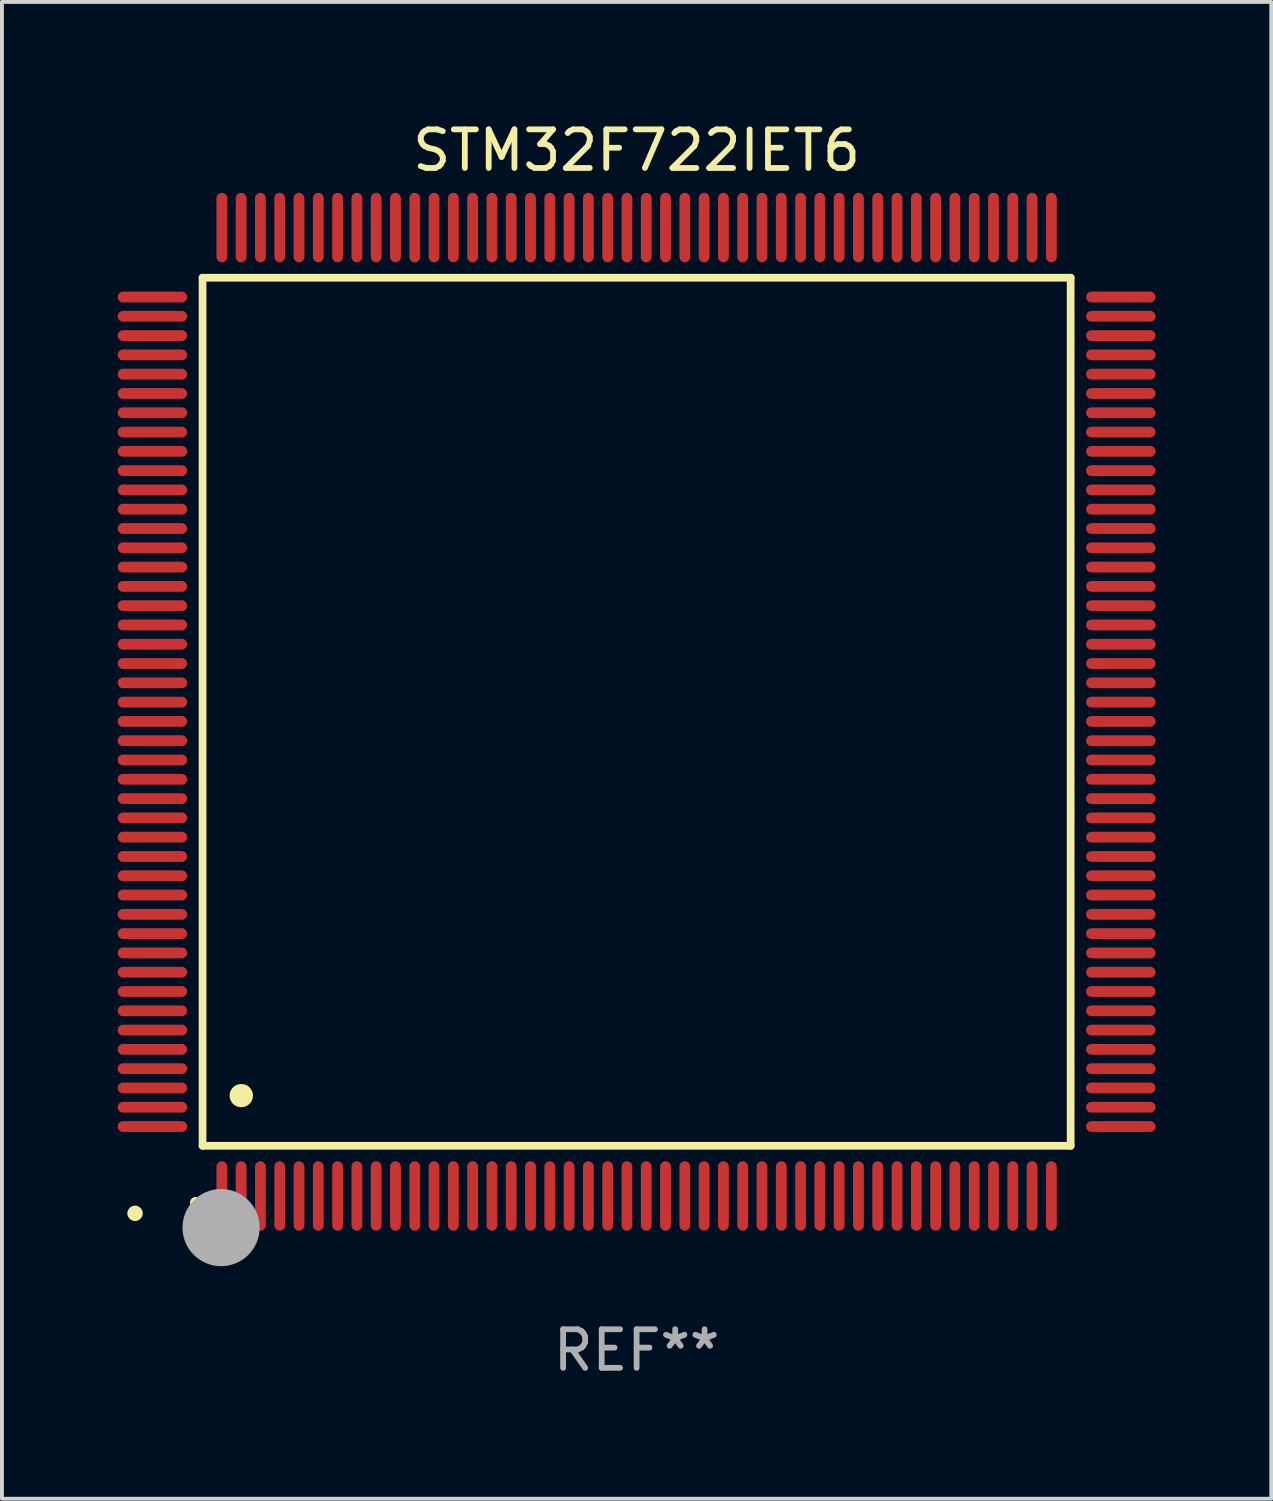
<source format=kicad_pcb>
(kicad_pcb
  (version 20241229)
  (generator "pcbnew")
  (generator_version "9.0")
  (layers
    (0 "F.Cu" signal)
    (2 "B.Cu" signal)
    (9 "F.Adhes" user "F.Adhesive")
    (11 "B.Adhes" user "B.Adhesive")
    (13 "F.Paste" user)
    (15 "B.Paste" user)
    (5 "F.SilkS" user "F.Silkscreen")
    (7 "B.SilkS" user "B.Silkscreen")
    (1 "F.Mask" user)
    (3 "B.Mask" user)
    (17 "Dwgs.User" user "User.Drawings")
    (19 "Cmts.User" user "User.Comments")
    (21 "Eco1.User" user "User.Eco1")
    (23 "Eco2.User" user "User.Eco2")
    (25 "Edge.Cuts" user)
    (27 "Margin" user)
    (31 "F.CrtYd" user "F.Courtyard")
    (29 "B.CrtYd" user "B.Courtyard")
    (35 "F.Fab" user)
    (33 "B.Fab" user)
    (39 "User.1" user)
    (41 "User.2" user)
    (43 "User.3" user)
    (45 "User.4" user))
  (footprint "STM32F722IET6"
    (layer "F.Cu")
    (at 13.45 15.398)
    (property "Reference" "STM32F722IET6" (at 0 -14.55 0) (layer "F.SilkS") (effects (font (size 1 1) (thickness 0.15))))
    (attr through_hole)
    (fp_line (start -11.25 -11.25) (end 11.25 -11.25) (stroke (width 0.2) (type solid)) (layer "F.SilkS"))
    (fp_line (start -11.25 11.25) (end -11.25 -11.25) (stroke (width 0.2) (type solid)) (layer "F.SilkS"))
    (fp_line (start 11.25 -11.25) (end 11.25 11.25) (stroke (width 0.2) (type solid)) (layer "F.SilkS"))
    (fp_line (start 11.25 11.25) (end -11.25 11.25) (stroke (width 0.2) (type solid)) (layer "F.SilkS"))
    (fp_arc (start -11.424943 12.725425) (mid -11.423673 12.72542) (end -11.422403 12.725425) (stroke (width 0.3) (type solid)) (layer "F.SilkS"))
    (fp_arc (start -10.24892 9.9492) (mid -10.24638 9.949189) (end -10.24384 9.9492) (stroke (width 0.6) (type solid)) (layer "F.SilkS"))
    (fp_circle (center -13 13) (end -12.9 13) (stroke (width 0.2) (type solid)) (fill no) (layer "F.SilkS"))
    (fp_circle (center -10.77 13.37) (end -10.27 13.37) (stroke (width 1) (type solid)) (fill no) (layer "F.Fab"))
    (fp_text user "REF**" (at 0 16.55 0) (layer "F.Fab") (effects (font (size 1 1) (thickness 0.15))))
    (pad "1" smd oval (at -10.75 12.55) (size 0.28 1.8) (layers "F.Cu" "F.Mask" "F.Paste"))
    (pad "2" smd oval (at -10.25 12.55) (size 0.28 1.8) (layers "F.Cu" "F.Mask" "F.Paste"))
    (pad "3" smd oval (at -9.75 12.55) (size 0.28 1.8) (layers "F.Cu" "F.Mask" "F.Paste"))
    (pad "4" smd oval (at -9.25 12.55) (size 0.28 1.8) (layers "F.Cu" "F.Mask" "F.Paste"))
    (pad "5" smd oval (at -8.75 12.55) (size 0.28 1.8) (layers "F.Cu" "F.Mask" "F.Paste"))
    (pad "6" smd oval (at -8.25 12.55) (size 0.28 1.8) (layers "F.Cu" "F.Mask" "F.Paste"))
    (pad "7" smd oval (at -7.75 12.55) (size 0.28 1.8) (layers "F.Cu" "F.Mask" "F.Paste"))
    (pad "8" smd oval (at -7.25 12.55) (size 0.28 1.8) (layers "F.Cu" "F.Mask" "F.Paste"))
    (pad "9" smd oval (at -6.75 12.55) (size 0.28 1.8) (layers "F.Cu" "F.Mask" "F.Paste"))
    (pad "10" smd oval (at -6.25 12.55) (size 0.28 1.8) (layers "F.Cu" "F.Mask" "F.Paste"))
    (pad "11" smd oval (at -5.75 12.55) (size 0.28 1.8) (layers "F.Cu" "F.Mask" "F.Paste"))
    (pad "12" smd oval (at -5.25 12.55) (size 0.28 1.8) (layers "F.Cu" "F.Mask" "F.Paste"))
    (pad "13" smd oval (at -4.75 12.55) (size 0.28 1.8) (layers "F.Cu" "F.Mask" "F.Paste"))
    (pad "14" smd oval (at -4.25 12.55) (size 0.28 1.8) (layers "F.Cu" "F.Mask" "F.Paste"))
    (pad "15" smd oval (at -3.75 12.55) (size 0.28 1.8) (layers "F.Cu" "F.Mask" "F.Paste"))
    (pad "16" smd oval (at -3.25 12.55) (size 0.28 1.8) (layers "F.Cu" "F.Mask" "F.Paste"))
    (pad "17" smd oval (at -2.75 12.55) (size 0.28 1.8) (layers "F.Cu" "F.Mask" "F.Paste"))
    (pad "18" smd oval (at -2.25 12.55) (size 0.28 1.8) (layers "F.Cu" "F.Mask" "F.Paste"))
    (pad "19" smd oval (at -1.75 12.55) (size 0.28 1.8) (layers "F.Cu" "F.Mask" "F.Paste"))
    (pad "20" smd oval (at -1.25 12.55) (size 0.28 1.8) (layers "F.Cu" "F.Mask" "F.Paste"))
    (pad "21" smd oval (at -0.75 12.55) (size 0.28 1.8) (layers "F.Cu" "F.Mask" "F.Paste"))
    (pad "22" smd oval (at -0.25 12.55) (size 0.28 1.8) (layers "F.Cu" "F.Mask" "F.Paste"))
    (pad "23" smd oval (at 0.25 12.55) (size 0.28 1.8) (layers "F.Cu" "F.Mask" "F.Paste"))
    (pad "24" smd oval (at 0.75 12.55) (size 0.28 1.8) (layers "F.Cu" "F.Mask" "F.Paste"))
    (pad "25" smd oval (at 1.25 12.55) (size 0.28 1.8) (layers "F.Cu" "F.Mask" "F.Paste"))
    (pad "26" smd oval (at 1.75 12.55) (size 0.28 1.8) (layers "F.Cu" "F.Mask" "F.Paste"))
    (pad "27" smd oval (at 2.25 12.55) (size 0.28 1.8) (layers "F.Cu" "F.Mask" "F.Paste"))
    (pad "28" smd oval (at 2.75 12.55) (size 0.28 1.8) (layers "F.Cu" "F.Mask" "F.Paste"))
    (pad "29" smd oval (at 3.25 12.55) (size 0.28 1.8) (layers "F.Cu" "F.Mask" "F.Paste"))
    (pad "30" smd oval (at 3.75 12.55) (size 0.28 1.8) (layers "F.Cu" "F.Mask" "F.Paste"))
    (pad "31" smd oval (at 4.25 12.55) (size 0.28 1.8) (layers "F.Cu" "F.Mask" "F.Paste"))
    (pad "32" smd oval (at 4.75 12.55) (size 0.28 1.8) (layers "F.Cu" "F.Mask" "F.Paste"))
    (pad "33" smd oval (at 5.25 12.55) (size 0.28 1.8) (layers "F.Cu" "F.Mask" "F.Paste"))
    (pad "34" smd oval (at 5.75 12.55) (size 0.28 1.8) (layers "F.Cu" "F.Mask" "F.Paste"))
    (pad "35" smd oval (at 6.25 12.55) (size 0.28 1.8) (layers "F.Cu" "F.Mask" "F.Paste"))
    (pad "36" smd oval (at 6.75 12.55) (size 0.28 1.8) (layers "F.Cu" "F.Mask" "F.Paste"))
    (pad "37" smd oval (at 7.25 12.55) (size 0.28 1.8) (layers "F.Cu" "F.Mask" "F.Paste"))
    (pad "38" smd oval (at 7.75 12.55) (size 0.28 1.8) (layers "F.Cu" "F.Mask" "F.Paste"))
    (pad "39" smd oval (at 8.25 12.55) (size 0.28 1.8) (layers "F.Cu" "F.Mask" "F.Paste"))
    (pad "40" smd oval (at 8.75 12.55) (size 0.28 1.8) (layers "F.Cu" "F.Mask" "F.Paste"))
    (pad "41" smd oval (at 9.25 12.55) (size 0.28 1.8) (layers "F.Cu" "F.Mask" "F.Paste"))
    (pad "42" smd oval (at 9.75 12.55) (size 0.28 1.8) (layers "F.Cu" "F.Mask" "F.Paste"))
    (pad "43" smd oval (at 10.25 12.55) (size 0.28 1.8) (layers "F.Cu" "F.Mask" "F.Paste"))
    (pad "44" smd oval (at 10.75 12.55) (size 0.28 1.8) (layers "F.Cu" "F.Mask" "F.Paste"))
    (pad "45" smd oval (at 12.55 10.75) (size 1.8 0.28) (layers "F.Cu" "F.Mask" "F.Paste"))
    (pad "46" smd oval (at 12.55 10.25) (size 1.8 0.28) (layers "F.Cu" "F.Mask" "F.Paste"))
    (pad "47" smd oval (at 12.55 9.75) (size 1.8 0.28) (layers "F.Cu" "F.Mask" "F.Paste"))
    (pad "48" smd oval (at 12.55 9.25) (size 1.8 0.28) (layers "F.Cu" "F.Mask" "F.Paste"))
    (pad "49" smd oval (at 12.55 8.75) (size 1.8 0.28) (layers "F.Cu" "F.Mask" "F.Paste"))
    (pad "50" smd oval (at 12.55 8.25) (size 1.8 0.28) (layers "F.Cu" "F.Mask" "F.Paste"))
    (pad "51" smd oval (at 12.55 7.75) (size 1.8 0.28) (layers "F.Cu" "F.Mask" "F.Paste"))
    (pad "52" smd oval (at 12.55 7.25) (size 1.8 0.28) (layers "F.Cu" "F.Mask" "F.Paste"))
    (pad "53" smd oval (at 12.55 6.75) (size 1.8 0.28) (layers "F.Cu" "F.Mask" "F.Paste"))
    (pad "54" smd oval (at 12.55 6.25) (size 1.8 0.28) (layers "F.Cu" "F.Mask" "F.Paste"))
    (pad "55" smd oval (at 12.55 5.75) (size 1.8 0.28) (layers "F.Cu" "F.Mask" "F.Paste"))
    (pad "56" smd oval (at 12.55 5.25) (size 1.8 0.28) (layers "F.Cu" "F.Mask" "F.Paste"))
    (pad "57" smd oval (at 12.55 4.75) (size 1.8 0.28) (layers "F.Cu" "F.Mask" "F.Paste"))
    (pad "58" smd oval (at 12.55 4.25) (size 1.8 0.28) (layers "F.Cu" "F.Mask" "F.Paste"))
    (pad "59" smd oval (at 12.55 3.75) (size 1.8 0.28) (layers "F.Cu" "F.Mask" "F.Paste"))
    (pad "60" smd oval (at 12.55 3.25) (size 1.8 0.28) (layers "F.Cu" "F.Mask" "F.Paste"))
    (pad "61" smd oval (at 12.55 2.75) (size 1.8 0.28) (layers "F.Cu" "F.Mask" "F.Paste"))
    (pad "62" smd oval (at 12.55 2.25) (size 1.8 0.28) (layers "F.Cu" "F.Mask" "F.Paste"))
    (pad "63" smd oval (at 12.55 1.75) (size 1.8 0.28) (layers "F.Cu" "F.Mask" "F.Paste"))
    (pad "64" smd oval (at 12.55 1.25) (size 1.8 0.28) (layers "F.Cu" "F.Mask" "F.Paste"))
    (pad "65" smd oval (at 12.55 0.75) (size 1.8 0.28) (layers "F.Cu" "F.Mask" "F.Paste"))
    (pad "66" smd oval (at 12.55 0.25) (size 1.8 0.28) (layers "F.Cu" "F.Mask" "F.Paste"))
    (pad "67" smd oval (at 12.55 -0.25) (size 1.8 0.28) (layers "F.Cu" "F.Mask" "F.Paste"))
    (pad "68" smd oval (at 12.55 -0.75) (size 1.8 0.28) (layers "F.Cu" "F.Mask" "F.Paste"))
    (pad "69" smd oval (at 12.55 -1.25) (size 1.8 0.28) (layers "F.Cu" "F.Mask" "F.Paste"))
    (pad "70" smd oval (at 12.55 -1.75) (size 1.8 0.28) (layers "F.Cu" "F.Mask" "F.Paste"))
    (pad "71" smd oval (at 12.55 -2.25) (size 1.8 0.28) (layers "F.Cu" "F.Mask" "F.Paste"))
    (pad "72" smd oval (at 12.55 -2.75) (size 1.8 0.28) (layers "F.Cu" "F.Mask" "F.Paste"))
    (pad "73" smd oval (at 12.55 -3.25) (size 1.8 0.28) (layers "F.Cu" "F.Mask" "F.Paste"))
    (pad "74" smd oval (at 12.55 -3.75) (size 1.8 0.28) (layers "F.Cu" "F.Mask" "F.Paste"))
    (pad "75" smd oval (at 12.55 -4.25) (size 1.8 0.28) (layers "F.Cu" "F.Mask" "F.Paste"))
    (pad "76" smd oval (at 12.55 -4.75) (size 1.8 0.28) (layers "F.Cu" "F.Mask" "F.Paste"))
    (pad "77" smd oval (at 12.55 -5.25) (size 1.8 0.28) (layers "F.Cu" "F.Mask" "F.Paste"))
    (pad "78" smd oval (at 12.55 -5.75) (size 1.8 0.28) (layers "F.Cu" "F.Mask" "F.Paste"))
    (pad "79" smd oval (at 12.55 -6.25) (size 1.8 0.28) (layers "F.Cu" "F.Mask" "F.Paste"))
    (pad "80" smd oval (at 12.55 -6.75) (size 1.8 0.28) (layers "F.Cu" "F.Mask" "F.Paste"))
    (pad "81" smd oval (at 12.55 -7.25) (size 1.8 0.28) (layers "F.Cu" "F.Mask" "F.Paste"))
    (pad "82" smd oval (at 12.55 -7.75) (size 1.8 0.28) (layers "F.Cu" "F.Mask" "F.Paste"))
    (pad "83" smd oval (at 12.55 -8.25) (size 1.8 0.28) (layers "F.Cu" "F.Mask" "F.Paste"))
    (pad "84" smd oval (at 12.55 -8.75) (size 1.8 0.28) (layers "F.Cu" "F.Mask" "F.Paste"))
    (pad "85" smd oval (at 12.55 -9.25) (size 1.8 0.28) (layers "F.Cu" "F.Mask" "F.Paste"))
    (pad "86" smd oval (at 12.55 -9.75) (size 1.8 0.28) (layers "F.Cu" "F.Mask" "F.Paste"))
    (pad "87" smd oval (at 12.55 -10.25) (size 1.8 0.28) (layers "F.Cu" "F.Mask" "F.Paste"))
    (pad "88" smd oval (at 12.55 -10.75) (size 1.8 0.28) (layers "F.Cu" "F.Mask" "F.Paste"))
    (pad "89" smd oval (at 10.75 -12.55) (size 0.28 1.8) (layers "F.Cu" "F.Mask" "F.Paste"))
    (pad "90" smd oval (at 10.25 -12.55) (size 0.28 1.8) (layers "F.Cu" "F.Mask" "F.Paste"))
    (pad "91" smd oval (at 9.75 -12.55) (size 0.28 1.8) (layers "F.Cu" "F.Mask" "F.Paste"))
    (pad "92" smd oval (at 9.25 -12.55) (size 0.28 1.8) (layers "F.Cu" "F.Mask" "F.Paste"))
    (pad "93" smd oval (at 8.75 -12.55) (size 0.28 1.8) (layers "F.Cu" "F.Mask" "F.Paste"))
    (pad "94" smd oval (at 8.25 -12.55) (size 0.28 1.8) (layers "F.Cu" "F.Mask" "F.Paste"))
    (pad "95" smd oval (at 7.75 -12.55) (size 0.28 1.8) (layers "F.Cu" "F.Mask" "F.Paste"))
    (pad "96" smd oval (at 7.25 -12.55) (size 0.28 1.8) (layers "F.Cu" "F.Mask" "F.Paste"))
    (pad "97" smd oval (at 6.75 -12.55) (size 0.28 1.8) (layers "F.Cu" "F.Mask" "F.Paste"))
    (pad "98" smd oval (at 6.25 -12.55) (size 0.28 1.8) (layers "F.Cu" "F.Mask" "F.Paste"))
    (pad "99" smd oval (at 5.75 -12.55) (size 0.28 1.8) (layers "F.Cu" "F.Mask" "F.Paste"))
    (pad "100" smd oval (at 5.25 -12.55) (size 0.28 1.8) (layers "F.Cu" "F.Mask" "F.Paste"))
    (pad "101" smd oval (at 4.75 -12.55) (size 0.28 1.8) (layers "F.Cu" "F.Mask" "F.Paste"))
    (pad "102" smd oval (at 4.25 -12.55) (size 0.28 1.8) (layers "F.Cu" "F.Mask" "F.Paste"))
    (pad "103" smd oval (at 3.75 -12.55) (size 0.28 1.8) (layers "F.Cu" "F.Mask" "F.Paste"))
    (pad "104" smd oval (at 3.25 -12.55) (size 0.28 1.8) (layers "F.Cu" "F.Mask" "F.Paste"))
    (pad "105" smd oval (at 2.75 -12.55) (size 0.28 1.8) (layers "F.Cu" "F.Mask" "F.Paste"))
    (pad "106" smd oval (at 2.25 -12.55) (size 0.28 1.8) (layers "F.Cu" "F.Mask" "F.Paste"))
    (pad "107" smd oval (at 1.75 -12.55) (size 0.28 1.8) (layers "F.Cu" "F.Mask" "F.Paste"))
    (pad "108" smd oval (at 1.25 -12.55) (size 0.28 1.8) (layers "F.Cu" "F.Mask" "F.Paste"))
    (pad "109" smd oval (at 0.75 -12.55) (size 0.28 1.8) (layers "F.Cu" "F.Mask" "F.Paste"))
    (pad "110" smd oval (at 0.25 -12.55) (size 0.28 1.8) (layers "F.Cu" "F.Mask" "F.Paste"))
    (pad "111" smd oval (at -0.25 -12.55) (size 0.28 1.8) (layers "F.Cu" "F.Mask" "F.Paste"))
    (pad "112" smd oval (at -0.75 -12.55) (size 0.28 1.8) (layers "F.Cu" "F.Mask" "F.Paste"))
    (pad "113" smd oval (at -1.25 -12.55) (size 0.28 1.8) (layers "F.Cu" "F.Mask" "F.Paste"))
    (pad "114" smd oval (at -1.75 -12.55) (size 0.28 1.8) (layers "F.Cu" "F.Mask" "F.Paste"))
    (pad "115" smd oval (at -2.25 -12.55) (size 0.28 1.8) (layers "F.Cu" "F.Mask" "F.Paste"))
    (pad "116" smd oval (at -2.75 -12.55) (size 0.28 1.8) (layers "F.Cu" "F.Mask" "F.Paste"))
    (pad "117" smd oval (at -3.25 -12.55) (size 0.28 1.8) (layers "F.Cu" "F.Mask" "F.Paste"))
    (pad "118" smd oval (at -3.75 -12.55) (size 0.28 1.8) (layers "F.Cu" "F.Mask" "F.Paste"))
    (pad "119" smd oval (at -4.25 -12.55) (size 0.28 1.8) (layers "F.Cu" "F.Mask" "F.Paste"))
    (pad "120" smd oval (at -4.75 -12.55) (size 0.28 1.8) (layers "F.Cu" "F.Mask" "F.Paste"))
    (pad "121" smd oval (at -5.25 -12.55) (size 0.28 1.8) (layers "F.Cu" "F.Mask" "F.Paste"))
    (pad "122" smd oval (at -5.75 -12.55) (size 0.28 1.8) (layers "F.Cu" "F.Mask" "F.Paste"))
    (pad "123" smd oval (at -6.25 -12.55) (size 0.28 1.8) (layers "F.Cu" "F.Mask" "F.Paste"))
    (pad "124" smd oval (at -6.75 -12.55) (size 0.28 1.8) (layers "F.Cu" "F.Mask" "F.Paste"))
    (pad "125" smd oval (at -7.25 -12.55) (size 0.28 1.8) (layers "F.Cu" "F.Mask" "F.Paste"))
    (pad "126" smd oval (at -7.75 -12.55) (size 0.28 1.8) (layers "F.Cu" "F.Mask" "F.Paste"))
    (pad "127" smd oval (at -8.25 -12.55) (size 0.28 1.8) (layers "F.Cu" "F.Mask" "F.Paste"))
    (pad "128" smd oval (at -8.75 -12.55) (size 0.28 1.8) (layers "F.Cu" "F.Mask" "F.Paste"))
    (pad "129" smd oval (at -9.25 -12.55) (size 0.28 1.8) (layers "F.Cu" "F.Mask" "F.Paste"))
    (pad "130" smd oval (at -9.75 -12.55) (size 0.28 1.8) (layers "F.Cu" "F.Mask" "F.Paste"))
    (pad "131" smd oval (at -10.25 -12.55) (size 0.28 1.8) (layers "F.Cu" "F.Mask" "F.Paste"))
    (pad "132" smd oval (at -10.75 -12.55) (size 0.28 1.8) (layers "F.Cu" "F.Mask" "F.Paste"))
    (pad "133" smd oval (at -12.55 -10.75) (size 1.8 0.28) (layers "F.Cu" "F.Mask" "F.Paste"))
    (pad "134" smd oval (at -12.55 -10.25) (size 1.8 0.28) (layers "F.Cu" "F.Mask" "F.Paste"))
    (pad "135" smd oval (at -12.55 -9.75) (size 1.8 0.28) (layers "F.Cu" "F.Mask" "F.Paste"))
    (pad "136" smd oval (at -12.55 -9.25) (size 1.8 0.28) (layers "F.Cu" "F.Mask" "F.Paste"))
    (pad "137" smd oval (at -12.55 -8.75) (size 1.8 0.28) (layers "F.Cu" "F.Mask" "F.Paste"))
    (pad "138" smd oval (at -12.55 -8.25) (size 1.8 0.28) (layers "F.Cu" "F.Mask" "F.Paste"))
    (pad "139" smd oval (at -12.55 -7.75) (size 1.8 0.28) (layers "F.Cu" "F.Mask" "F.Paste"))
    (pad "140" smd oval (at -12.55 -7.25) (size 1.8 0.28) (layers "F.Cu" "F.Mask" "F.Paste"))
    (pad "141" smd oval (at -12.55 -6.75) (size 1.8 0.28) (layers "F.Cu" "F.Mask" "F.Paste"))
    (pad "142" smd oval (at -12.55 -6.25) (size 1.8 0.28) (layers "F.Cu" "F.Mask" "F.Paste"))
    (pad "143" smd oval (at -12.55 -5.75) (size 1.8 0.28) (layers "F.Cu" "F.Mask" "F.Paste"))
    (pad "144" smd oval (at -12.55 -5.25) (size 1.8 0.28) (layers "F.Cu" "F.Mask" "F.Paste"))
    (pad "145" smd oval (at -12.55 -4.75) (size 1.8 0.28) (layers "F.Cu" "F.Mask" "F.Paste"))
    (pad "146" smd oval (at -12.55 -4.25) (size 1.8 0.28) (layers "F.Cu" "F.Mask" "F.Paste"))
    (pad "147" smd oval (at -12.55 -3.75) (size 1.8 0.28) (layers "F.Cu" "F.Mask" "F.Paste"))
    (pad "148" smd oval (at -12.55 -3.25) (size 1.8 0.28) (layers "F.Cu" "F.Mask" "F.Paste"))
    (pad "149" smd oval (at -12.55 -2.75) (size 1.8 0.28) (layers "F.Cu" "F.Mask" "F.Paste"))
    (pad "150" smd oval (at -12.55 -2.25) (size 1.8 0.28) (layers "F.Cu" "F.Mask" "F.Paste"))
    (pad "151" smd oval (at -12.55 -1.75) (size 1.8 0.28) (layers "F.Cu" "F.Mask" "F.Paste"))
    (pad "152" smd oval (at -12.55 -1.25) (size 1.8 0.28) (layers "F.Cu" "F.Mask" "F.Paste"))
    (pad "153" smd oval (at -12.55 -0.75) (size 1.8 0.28) (layers "F.Cu" "F.Mask" "F.Paste"))
    (pad "154" smd oval (at -12.55 -0.25) (size 1.8 0.28) (layers "F.Cu" "F.Mask" "F.Paste"))
    (pad "155" smd oval (at -12.55 0.25) (size 1.8 0.28) (layers "F.Cu" "F.Mask" "F.Paste"))
    (pad "156" smd oval (at -12.55 0.75) (size 1.8 0.28) (layers "F.Cu" "F.Mask" "F.Paste"))
    (pad "157" smd oval (at -12.55 1.25) (size 1.8 0.28) (layers "F.Cu" "F.Mask" "F.Paste"))
    (pad "158" smd oval (at -12.55 1.75) (size 1.8 0.28) (layers "F.Cu" "F.Mask" "F.Paste"))
    (pad "159" smd oval (at -12.55 2.25) (size 1.8 0.28) (layers "F.Cu" "F.Mask" "F.Paste"))
    (pad "160" smd oval (at -12.55 2.75) (size 1.8 0.28) (layers "F.Cu" "F.Mask" "F.Paste"))
    (pad "161" smd oval (at -12.55 3.25) (size 1.8 0.28) (layers "F.Cu" "F.Mask" "F.Paste"))
    (pad "162" smd oval (at -12.55 3.75) (size 1.8 0.28) (layers "F.Cu" "F.Mask" "F.Paste"))
    (pad "163" smd oval (at -12.55 4.25) (size 1.8 0.28) (layers "F.Cu" "F.Mask" "F.Paste"))
    (pad "164" smd oval (at -12.55 4.75) (size 1.8 0.28) (layers "F.Cu" "F.Mask" "F.Paste"))
    (pad "165" smd oval (at -12.55 5.25) (size 1.8 0.28) (layers "F.Cu" "F.Mask" "F.Paste"))
    (pad "166" smd oval (at -12.55 5.75) (size 1.8 0.28) (layers "F.Cu" "F.Mask" "F.Paste"))
    (pad "167" smd oval (at -12.55 6.25) (size 1.8 0.28) (layers "F.Cu" "F.Mask" "F.Paste"))
    (pad "168" smd oval (at -12.55 6.75) (size 1.8 0.28) (layers "F.Cu" "F.Mask" "F.Paste"))
    (pad "169" smd oval (at -12.55 7.25) (size 1.8 0.28) (layers "F.Cu" "F.Mask" "F.Paste"))
    (pad "170" smd oval (at -12.55 7.75) (size 1.8 0.28) (layers "F.Cu" "F.Mask" "F.Paste"))
    (pad "171" smd oval (at -12.55 8.25) (size 1.8 0.28) (layers "F.Cu" "F.Mask" "F.Paste"))
    (pad "172" smd oval (at -12.55 8.75) (size 1.8 0.28) (layers "F.Cu" "F.Mask" "F.Paste"))
    (pad "173" smd oval (at -12.55 9.25) (size 1.8 0.28) (layers "F.Cu" "F.Mask" "F.Paste"))
    (pad "174" smd oval (at -12.55 9.75) (size 1.8 0.28) (layers "F.Cu" "F.Mask" "F.Paste"))
    (pad "175" smd oval (at -12.55 10.25) (size 1.8 0.28) (layers "F.Cu" "F.Mask" "F.Paste"))
    (pad "176" smd oval (at -12.55 10.75) (size 1.8 0.28) (layers "F.Cu" "F.Mask" "F.Paste")))
  (gr_rect
    (start -3 -3)
    (end 29.9 35.796)
    (stroke (width 0.1) (type default))
    (fill no)
    (layer "Edge.Cuts")))
</source>
